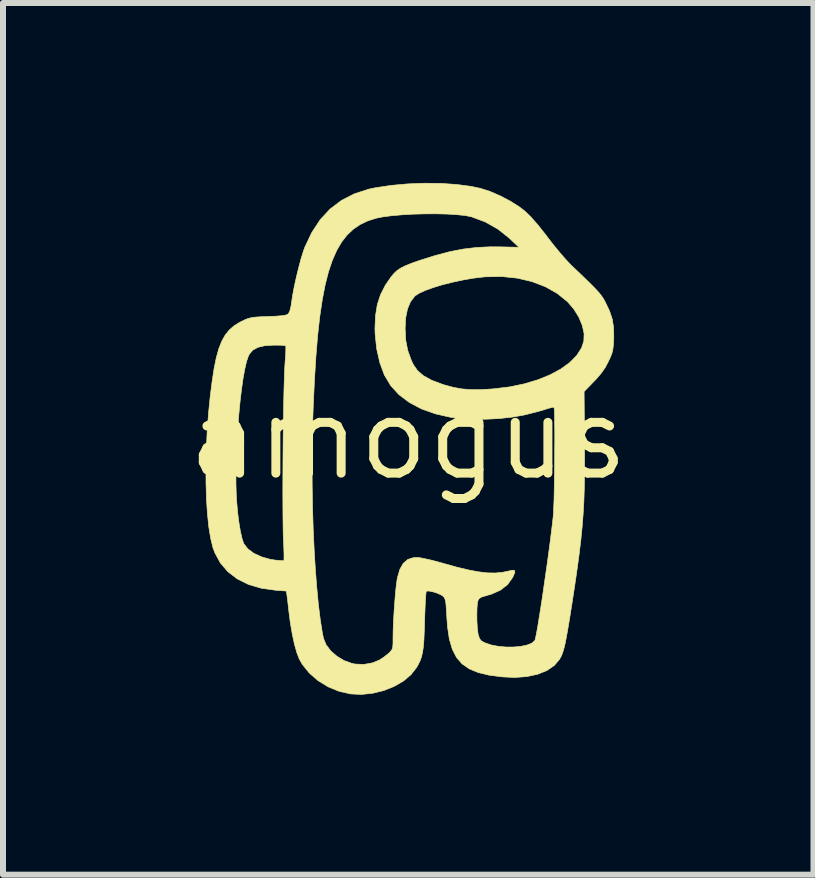
<source format=kicad_pcb>
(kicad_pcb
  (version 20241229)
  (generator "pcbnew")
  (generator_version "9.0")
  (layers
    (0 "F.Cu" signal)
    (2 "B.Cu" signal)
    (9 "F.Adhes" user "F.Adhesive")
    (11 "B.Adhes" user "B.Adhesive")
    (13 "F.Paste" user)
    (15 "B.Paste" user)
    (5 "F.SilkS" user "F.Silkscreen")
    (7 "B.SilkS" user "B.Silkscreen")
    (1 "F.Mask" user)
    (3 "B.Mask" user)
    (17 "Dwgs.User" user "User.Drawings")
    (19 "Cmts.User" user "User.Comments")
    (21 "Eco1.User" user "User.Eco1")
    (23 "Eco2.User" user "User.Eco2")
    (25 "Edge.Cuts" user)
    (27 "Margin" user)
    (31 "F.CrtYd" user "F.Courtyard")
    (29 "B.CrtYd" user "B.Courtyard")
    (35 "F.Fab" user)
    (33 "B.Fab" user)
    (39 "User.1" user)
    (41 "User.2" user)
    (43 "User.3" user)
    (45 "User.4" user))
  (footprint "amogus"
    (layer "F.Cu")
    (at 3.757 4.259)
    (property "Reference" "amogus" (at 0 0 0) (layer "F.SilkS") (effects (font (size 1.27 1.27) (thickness 0.15))))
    (attr through_hole)
    (fp_poly (pts (xy 0.547 -4.251) (xy 0.808 -4.233) (xy 1.045 -4.202) (xy 1.201 -4.169) (xy 1.359 -4.119) (xy 1.53 -4.045) (xy 1.7 -3.956) (xy 1.852 -3.86) (xy 1.937 -3.795) (xy 2.039 -3.698) (xy 2.159 -3.562) (xy 2.297 -3.388) (xy 2.322 -3.354) (xy 2.411 -3.239) (xy 2.506 -3.123) (xy 2.597 -3.016) (xy 2.678 -2.927) (xy 2.724 -2.88) (xy 2.861 -2.75) (xy 2.97 -2.645) (xy 3.055 -2.561) (xy 3.121 -2.494) (xy 3.171 -2.44) (xy 3.209 -2.394) (xy 3.238 -2.354) (xy 3.263 -2.314) (xy 3.286 -2.271) (xy 3.287 -2.269) (xy 3.357 -2.122) (xy 3.401 -1.989) (xy 3.423 -1.853) (xy 3.427 -1.698) (xy 3.426 -1.664) (xy 3.42 -1.56) (xy 3.412 -1.483) (xy 3.396 -1.418) (xy 3.369 -1.349) (xy 3.338 -1.283) (xy 3.282 -1.177) (xy 3.213 -1.08) (xy 3.124 -0.977) (xy 3.095 -0.948) (xy 2.932 -0.78) (xy 2.939 0.102) (xy 2.94 0.373) (xy 2.939 0.618) (xy 2.935 0.843) (xy 2.928 1.056) (xy 2.916 1.262) (xy 2.9 1.469) (xy 2.879 1.683) (xy 2.852 1.91) (xy 2.819 2.157) (xy 2.779 2.432) (xy 2.732 2.74) (xy 2.72 2.815) (xy 2.688 3.018) (xy 2.66 3.184) (xy 2.636 3.318) (xy 2.615 3.424) (xy 2.595 3.507) (xy 2.575 3.572) (xy 2.555 3.624) (xy 2.532 3.667) (xy 2.524 3.682) (xy 2.435 3.787) (xy 2.312 3.871) (xy 2.158 3.933) (xy 1.978 3.972) (xy 1.775 3.987) (xy 1.569 3.977) (xy 1.35 3.949) (xy 1.167 3.905) (xy 1.017 3.843) (xy 0.896 3.759) (xy 0.803 3.65) (xy 0.734 3.514) (xy 0.685 3.346) (xy 0.655 3.143) (xy 0.642 2.964) (xy 0.635 2.847) (xy 0.629 2.764) (xy 0.621 2.708) (xy 0.609 2.671) (xy 0.593 2.645) (xy 0.583 2.634) (xy 0.542 2.607) (xy 0.48 2.58) (xy 0.412 2.559) (xy 0.35 2.546) (xy 0.308 2.546) (xy 0.301 2.55) (xy 0.296 2.574) (xy 0.291 2.635) (xy 0.285 2.726) (xy 0.28 2.84) (xy 0.275 2.972) (xy 0.273 3.044) (xy 0.267 3.221) (xy 0.261 3.363) (xy 0.252 3.475) (xy 0.239 3.565) (xy 0.222 3.639) (xy 0.199 3.705) (xy 0.169 3.767) (xy 0.14 3.819) (xy 0.046 3.94) (xy -0.081 4.047) (xy -0.235 4.136) (xy -0.408 4.205) (xy -0.592 4.25) (xy -0.781 4.27) (xy -0.963 4.261) (xy -1.155 4.217) (xy -1.338 4.142) (xy -1.506 4.038) (xy -1.651 3.912) (xy -1.766 3.768) (xy -1.818 3.677) (xy -1.859 3.569) (xy -1.899 3.427) (xy -1.935 3.257) (xy -1.967 3.068) (xy -1.99 2.889) (xy -2.001 2.791) (xy -2.011 2.702) (xy -2.02 2.635) (xy -2.023 2.612) (xy -2.033 2.546) (xy -2.207 2.533) (xy -2.449 2.499) (xy -2.664 2.436) (xy -2.85 2.344) (xy -3.007 2.224) (xy -3.133 2.077) (xy -3.226 1.905) (xy -3.257 1.82) (xy -3.294 1.668) (xy -3.325 1.48) (xy -3.348 1.26) (xy -3.364 1.014) (xy -3.372 0.746) (xy -3.373 0.547) (xy -2.873 0.547) (xy -2.873 0.759) (xy -2.867 0.953) (xy -2.86 1.061) (xy -2.844 1.241) (xy -2.823 1.406) (xy -2.799 1.549) (xy -2.773 1.664) (xy -2.747 1.744) (xy -2.741 1.757) (xy -2.675 1.842) (xy -2.576 1.916) (xy -2.45 1.975) (xy -2.305 2.016) (xy -2.232 2.028) (xy -2.158 2.036) (xy -2.101 2.04) (xy -2.075 2.041) (xy -2.074 2.041) (xy -2.072 2.019) (xy -2.071 1.962) (xy -2.073 1.878) (xy -2.077 1.772) (xy -2.081 1.69) (xy -2.085 1.585) (xy -2.087 1.444) (xy -2.089 1.274) (xy -2.09 1.079) (xy -2.091 0.866) (xy -2.09 0.638) (xy -2.089 0.417) (xy -1.604 0.417) (xy -1.602 0.785) (xy -1.596 1.15) (xy -1.585 1.508) (xy -1.569 1.854) (xy -1.549 2.183) (xy -1.525 2.49) (xy -1.498 2.772) (xy -1.467 3.023) (xy -1.433 3.238) (xy -1.414 3.332) (xy -1.371 3.439) (xy -1.294 3.542) (xy -1.191 3.632) (xy -1.07 3.705) (xy -0.94 3.752) (xy -0.887 3.763) (xy -0.738 3.769) (xy -0.594 3.743) (xy -0.476 3.694) (xy -0.405 3.646) (xy -0.335 3.591) (xy -0.323 3.58) (xy -0.289 3.546) (xy -0.269 3.516) (xy -0.258 3.476) (xy -0.254 3.415) (xy -0.254 3.34) (xy -0.252 3.208) (xy -0.246 3.058) (xy -0.237 2.899) (xy -0.226 2.74) (xy -0.214 2.591) (xy -0.201 2.462) (xy -0.187 2.36) (xy -0.18 2.322) (xy -0.14 2.184) (xy -0.083 2.084) (xy -0.008 2.019) (xy 0.087 1.989) (xy 0.141 1.985) (xy 0.199 1.991) (xy 0.288 2.009) (xy 0.399 2.034) (xy 0.522 2.067) (xy 0.572 2.081) (xy 0.805 2.146) (xy 1.004 2.194) (xy 1.176 2.226) (xy 1.324 2.243) (xy 1.455 2.245) (xy 1.574 2.233) (xy 1.667 2.214) (xy 1.736 2.198) (xy 1.772 2.202) (xy 1.778 2.231) (xy 1.756 2.287) (xy 1.738 2.324) (xy 1.655 2.439) (xy 1.537 2.531) (xy 1.384 2.599) (xy 1.295 2.624) (xy 1.223 2.646) (xy 1.181 2.672) (xy 1.163 2.703) (xy 1.152 2.755) (xy 1.146 2.837) (xy 1.144 2.938) (xy 1.145 3.045) (xy 1.151 3.148) (xy 1.16 3.233) (xy 1.167 3.274) (xy 1.188 3.338) (xy 1.219 3.377) (xy 1.274 3.407) (xy 1.279 3.409) (xy 1.383 3.445) (xy 1.503 3.468) (xy 1.631 3.479) (xy 1.757 3.479) (xy 1.876 3.468) (xy 1.979 3.447) (xy 2.059 3.416) (xy 2.107 3.375) (xy 2.114 3.361) (xy 2.125 3.318) (xy 2.141 3.238) (xy 2.161 3.126) (xy 2.183 2.988) (xy 2.209 2.828) (xy 2.236 2.652) (xy 2.263 2.464) (xy 2.291 2.27) (xy 2.319 2.075) (xy 2.345 1.883) (xy 2.369 1.701) (xy 2.39 1.533) (xy 2.408 1.383) (xy 2.417 1.302) (xy 2.422 1.235) (xy 2.426 1.138) (xy 2.431 1.015) (xy 2.434 0.872) (xy 2.437 0.714) (xy 2.439 0.546) (xy 2.441 0.373) (xy 2.442 0.202) (xy 2.443 0.037) (xy 2.443 -0.116) (xy 2.441 -0.252) (xy 2.44 -0.365) (xy 2.437 -0.452) (xy 2.433 -0.504) (xy 2.43 -0.519) (xy 2.406 -0.518) (xy 2.355 -0.505) (xy 2.299 -0.488) (xy 2.229 -0.466) (xy 2.131 -0.439) (xy 2.02 -0.411) (xy 1.931 -0.389) (xy 1.74 -0.355) (xy 1.524 -0.331) (xy 1.296 -0.319) (xy 1.071 -0.319) (xy 0.861 -0.33) (xy 0.717 -0.349) (xy 0.455 -0.408) (xy 0.221 -0.491) (xy 0.017 -0.599) (xy -0.155 -0.729) (xy -0.293 -0.88) (xy -0.395 -1.051) (xy -0.396 -1.051) (xy -0.473 -1.259) (xy -0.526 -1.491) (xy -0.552 -1.735) (xy -0.555 -1.831) (xy -0.052 -1.831) (xy -0.042 -1.638) (xy -0.009 -1.467) (xy 0.051 -1.301) (xy 0.086 -1.228) (xy 0.154 -1.13) (xy 0.254 -1.044) (xy 0.39 -0.969) (xy 0.565 -0.903) (xy 0.605 -0.89) (xy 0.751 -0.851) (xy 0.892 -0.825) (xy 1.037 -0.813) (xy 1.198 -0.812) (xy 1.387 -0.823) (xy 1.426 -0.826) (xy 1.689 -0.858) (xy 1.935 -0.909) (xy 2.162 -0.977) (xy 2.366 -1.06) (xy 2.544 -1.156) (xy 2.693 -1.264) (xy 2.809 -1.382) (xy 2.89 -1.508) (xy 2.928 -1.624) (xy 2.932 -1.746) (xy 2.903 -1.88) (xy 2.845 -2.019) (xy 2.762 -2.154) (xy 2.658 -2.276) (xy 2.658 -2.276) (xy 2.488 -2.414) (xy 2.289 -2.527) (xy 2.065 -2.613) (xy 1.821 -2.671) (xy 1.562 -2.698) (xy 1.294 -2.694) (xy 1.246 -2.69) (xy 1.081 -2.67) (xy 0.909 -2.64) (xy 0.738 -2.603) (xy 0.573 -2.562) (xy 0.422 -2.516) (xy 0.291 -2.469) (xy 0.188 -2.423) (xy 0.118 -2.379) (xy 0.108 -2.37) (xy 0.037 -2.277) (xy -0.012 -2.16) (xy -0.042 -2.015) (xy -0.052 -1.836) (xy -0.052 -1.831) (xy -0.555 -1.831) (xy -0.546 -2.044) (xy -0.516 -2.229) (xy -0.462 -2.396) (xy -0.381 -2.555) (xy -0.295 -2.68) (xy -0.243 -2.745) (xy -0.189 -2.796) (xy -0.124 -2.84) (xy -0.042 -2.881) (xy 0.067 -2.924) (xy 0.184 -2.965) (xy 0.451 -3.049) (xy 0.693 -3.113) (xy 0.92 -3.157) (xy 1.142 -3.183) (xy 1.37 -3.194) (xy 1.527 -3.193) (xy 1.846 -3.186) (xy 1.684 -3.339) (xy 1.498 -3.487) (xy 1.289 -3.606) (xy 1.067 -3.69) (xy 1.048 -3.696) (xy 0.944 -3.716) (xy 0.805 -3.73) (xy 0.642 -3.74) (xy 0.46 -3.744) (xy 0.269 -3.743) (xy 0.077 -3.738) (xy -0.108 -3.727) (xy -0.279 -3.712) (xy -0.426 -3.693) (xy -0.538 -3.67) (xy -0.676 -3.626) (xy -0.801 -3.566) (xy -0.915 -3.489) (xy -1.018 -3.392) (xy -1.11 -3.275) (xy -1.192 -3.135) (xy -1.265 -2.97) (xy -1.33 -2.778) (xy -1.386 -2.558) (xy -1.434 -2.308) (xy -1.476 -2.026) (xy -1.511 -1.71) (xy -1.54 -1.358) (xy -1.564 -0.969) (xy -1.584 -0.54) (xy -1.592 -0.31) (xy -1.601 0.05) (xy -1.604 0.417) (xy -2.089 0.417) (xy -2.089 0.401) (xy -2.087 0.161) (xy -2.085 -0.078) (xy -2.081 -0.309) (xy -2.078 -0.529) (xy -2.074 -0.731) (xy -2.069 -0.91) (xy -2.064 -1.062) (xy -2.059 -1.181) (xy -2.055 -1.247) (xy -2.047 -1.352) (xy -2.042 -1.442) (xy -2.041 -1.507) (xy -2.043 -1.541) (xy -2.044 -1.543) (xy -2.07 -1.549) (xy -2.127 -1.553) (xy -2.206 -1.554) (xy -2.24 -1.554) (xy -2.391 -1.545) (xy -2.506 -1.518) (xy -2.591 -1.472) (xy -2.649 -1.404) (xy -2.666 -1.371) (xy -2.697 -1.279) (xy -2.727 -1.149) (xy -2.756 -0.989) (xy -2.782 -0.802) (xy -2.806 -0.596) (xy -2.827 -0.374) (xy -2.845 -0.144) (xy -2.859 0.09) (xy -2.868 0.323) (xy -2.873 0.547) (xy -3.373 0.547) (xy -3.373 0.463) (xy -3.366 0.17) (xy -3.352 -0.129) (xy -3.329 -0.429) (xy -3.303 -0.689) (xy -3.271 -0.944) (xy -3.238 -1.161) (xy -3.201 -1.343) (xy -3.159 -1.494) (xy -3.11 -1.619) (xy -3.053 -1.721) (xy -2.986 -1.805) (xy -2.908 -1.874) (xy -2.816 -1.932) (xy -2.776 -1.952) (xy -2.719 -1.98) (xy -2.669 -1.999) (xy -2.617 -2.012) (xy -2.555 -2.021) (xy -2.47 -2.027) (xy -2.355 -2.031) (xy -2.335 -2.032) (xy -2.209 -2.037) (xy -2.119 -2.044) (xy -2.059 -2.052) (xy -2.02 -2.063) (xy -1.999 -2.077) (xy -1.976 -2.12) (xy -1.956 -2.198) (xy -1.944 -2.278) (xy -1.926 -2.396) (xy -1.899 -2.538) (xy -1.865 -2.691) (xy -1.827 -2.846) (xy -1.789 -2.99) (xy -1.751 -3.112) (xy -1.725 -3.186) (xy -1.608 -3.433) (xy -1.468 -3.646) (xy -1.303 -3.824) (xy -1.113 -3.968) (xy -0.897 -4.078) (xy -0.656 -4.156) (xy -0.55 -4.178) (xy -0.286 -4.218) (xy -0.009 -4.243) (xy 0.272 -4.254) (xy 0.547 -4.251)) (stroke (width 0.01) (type solid)) (fill yes) (layer "F.SilkS")))
  (gr_rect
    (start -3 -3)
    (end 10.514 11.534)
    (stroke (width 0.1) (type default))
    (fill no)
    (layer "Edge.Cuts")))
</source>
